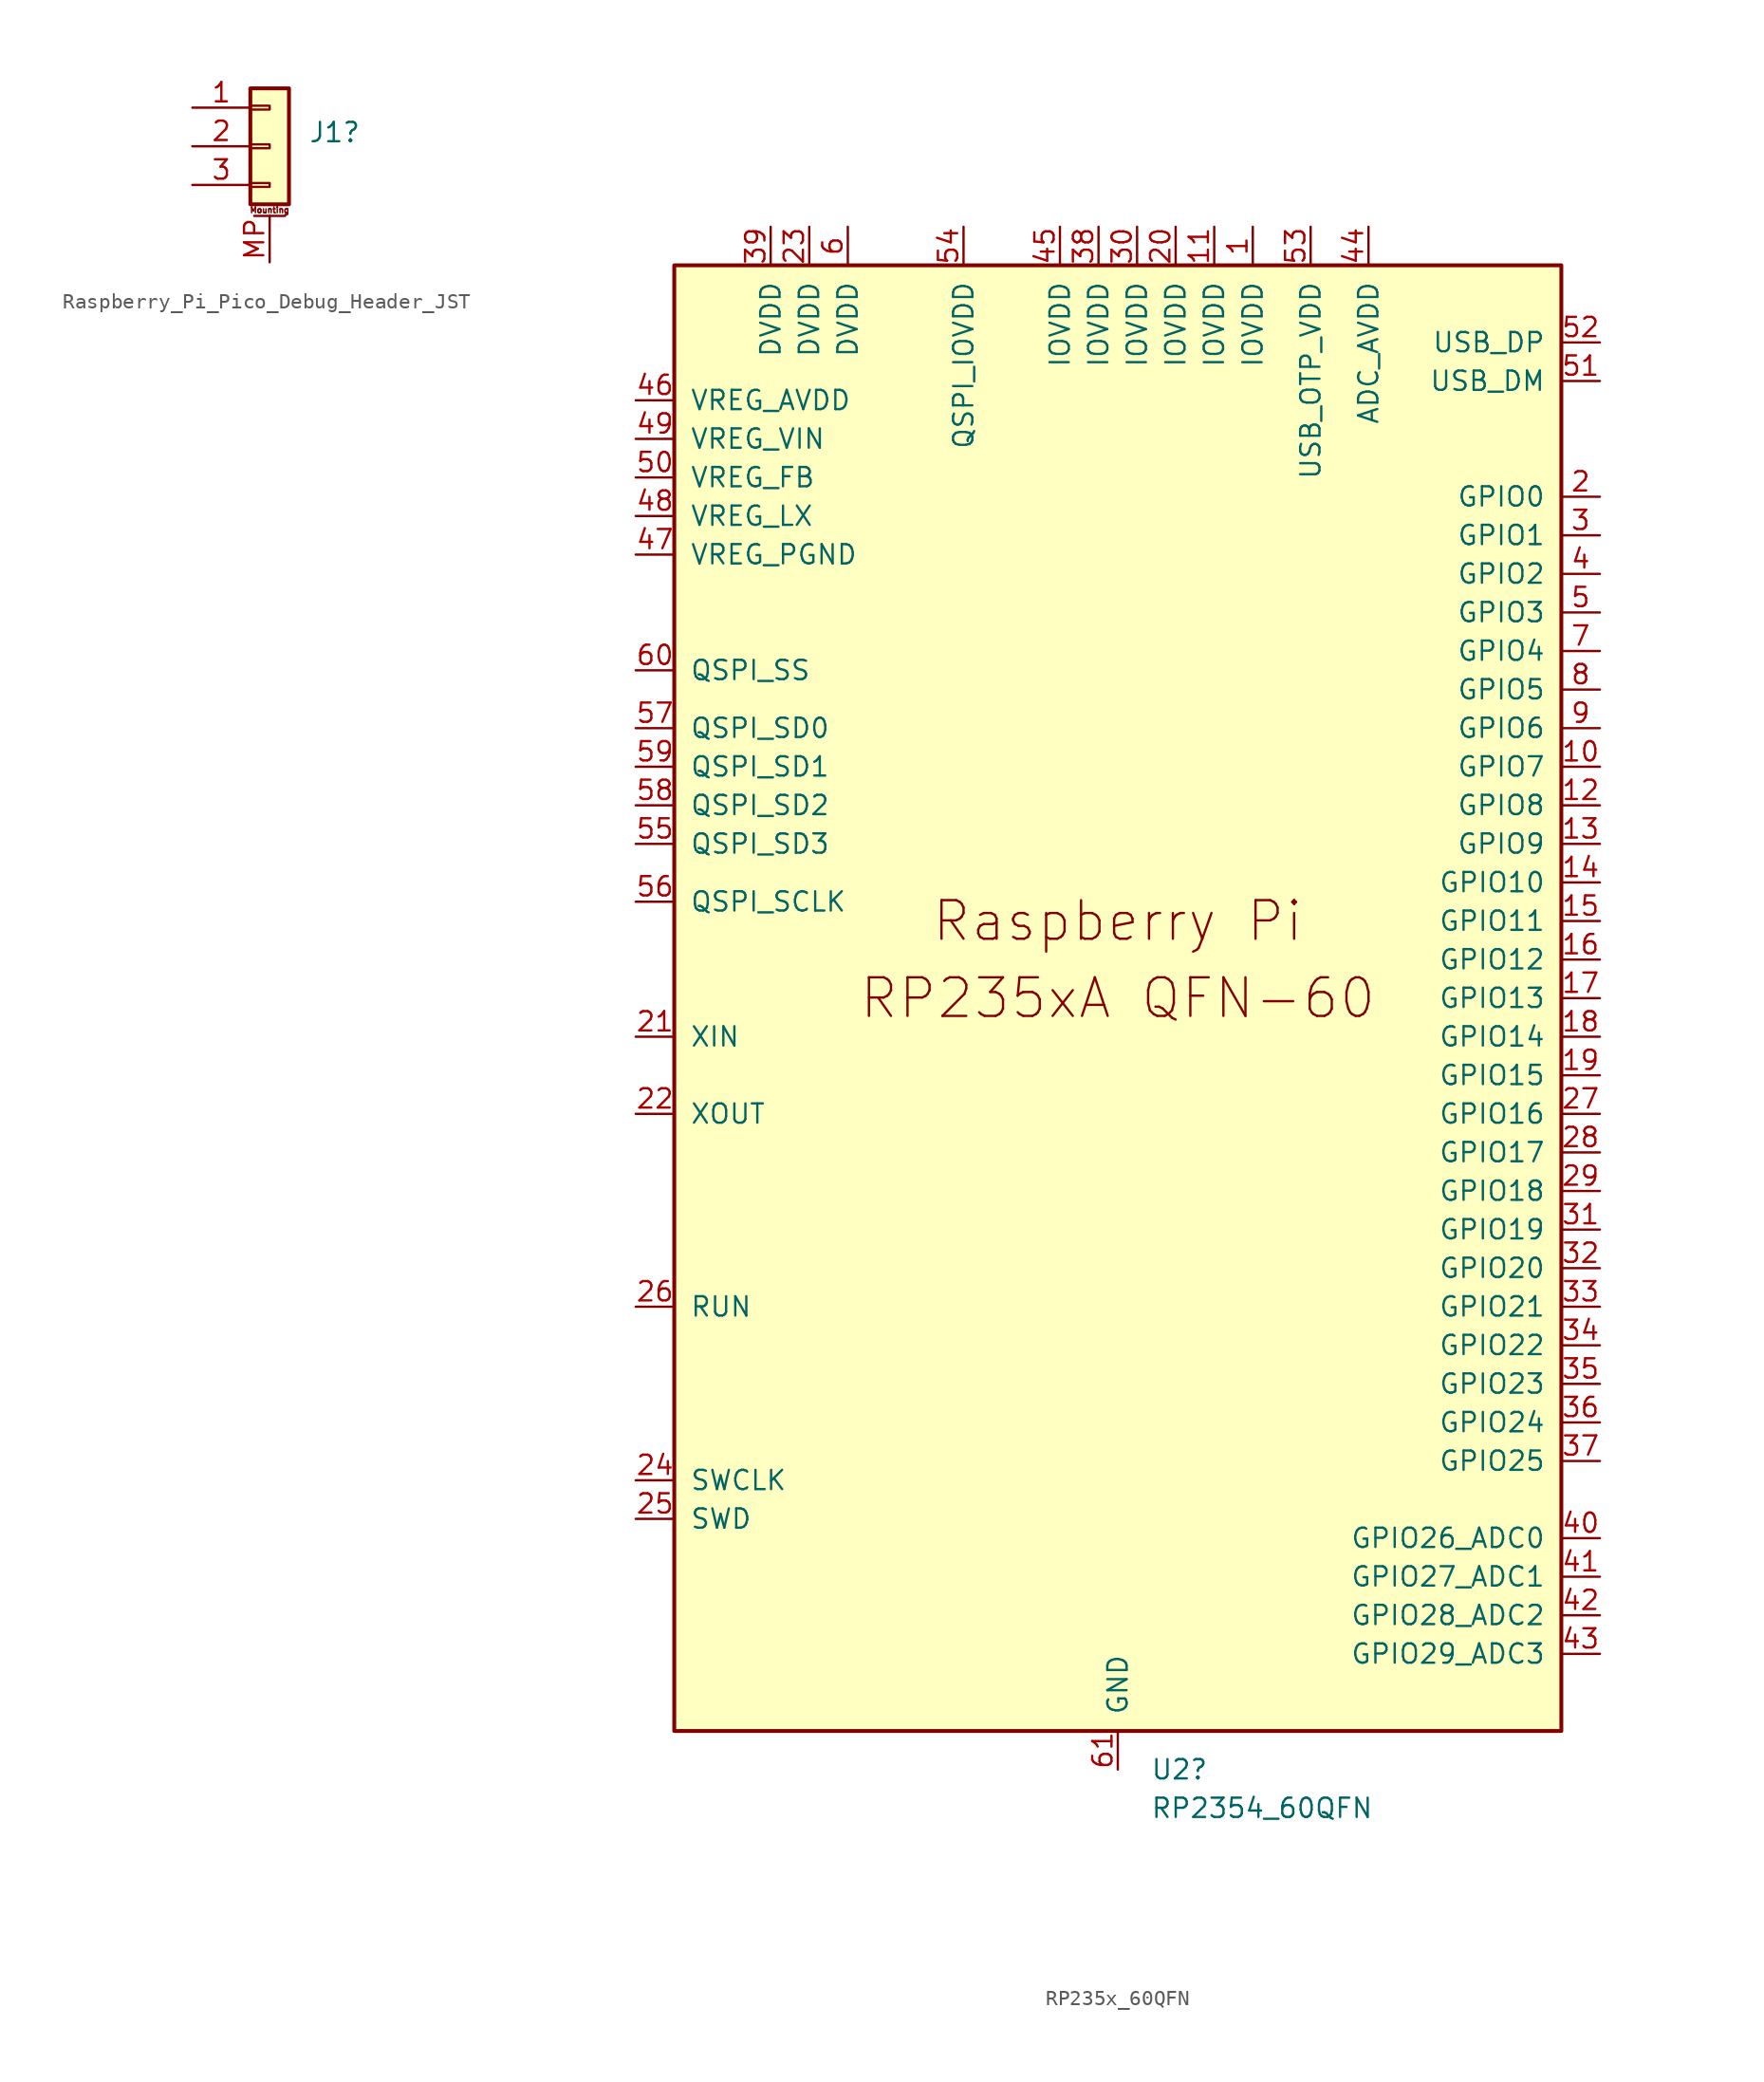
<source format=kicad_sym>
(kicad_symbol_lib
  (version 20241209)
  (generator "kicad_symbol_editor")
  (generator_version "9.0")
  (symbol "Raspberry_Pi_Pico_Debug_Header_JST"
    (pin_names
      (offset 1.016)
      (hide yes))
    (property "Reference" "J1"
      (at 2.54 0.914 0)
      (effects (font (size 1.27 1.27)) (justify left)))
    (symbol "Raspberry_Pi_Pico_Debug_Header_JST_1_1"
      (rectangle (start -1.27 3.81) (end 1.27 -3.81) (stroke (width 0.254) (type default)) (fill (type background)))
      (rectangle (start -1.27 2.667) (end 0 2.413) (stroke (width 0.152) (type default)) (fill (type none)))
      (rectangle (start -1.27 0.127) (end 0 -0.127) (stroke (width 0.152) (type default)) (fill (type none)))
      (rectangle (start -1.27 -2.413) (end 0 -2.667) (stroke (width 0.152) (type default)) (fill (type none)))
      (polyline (pts (xy -1.016 -4.572) (xy 1.016 -4.572)) (stroke (width 0.152) (type default)) (fill (type none)))
      (text "Mounting" (at 0 -4.191 0) (effects (font (size 0.381 0.381))))
      (pin passive line (at -5.08 2.54 0) (length 3.81) (name "Pin_1" (effects (font (size 1.27 1.27)))) (number "1" (effects (font (size 1.27 1.27)))))
      (pin passive line (at -5.08 0 0) (length 3.81) (name "Pin_2" (effects (font (size 1.27 1.27)))) (number "2" (effects (font (size 1.27 1.27)))))
      (pin passive line (at -5.08 -2.54 0) (length 3.81) (name "Pin_3" (effects (font (size 1.27 1.27)))) (number "3" (effects (font (size 1.27 1.27)))))
      (pin passive line (at 0 -7.62 90) (length 3.048) (name "MountPin" (effects (font (size 1.27 1.27)))) (number "MP" (effects (font (size 1.27 1.27)))))))
  (symbol "RP235x_60QFN"
    (pin_names
      (offset 1.016))
    (property "Reference" "U2"
      (at 2.143 -50.8 0)
      (effects (font (size 1.27 1.27)) (justify left)))
    (property "Value" "RP2354_60QFN"
      (at 2.143 -53.34 0)
      (effects (font (size 1.27 1.27)) (justify left)))
    (symbol "RP235x_60QFN_0_0"
      (text "Raspberry Pi" (at 0 5.08 0) (effects (font (size 2.54 2.54)))))
    (symbol "RP235x_60QFN_0_1"
      (rectangle (start 29.21 48.26) (end -29.21 -48.26) (stroke (width 0.254) (type default)) (fill (type background))))
    (symbol "RP235x_60QFN_1_1"
      (text "RP235xA QFN-60" (at 0 0 0) (effects (font (size 2.54 2.54))))
      (pin power_in line (at -31.75 39.37 0) (length 2.54) (name "VREG_AVDD" (effects (font (size 1.27 1.27)))) (number "46" (effects (font (size 1.27 1.27)))))
      (pin power_in line (at -31.75 36.83 0) (length 2.54) (name "VREG_VIN" (effects (font (size 1.27 1.27)))) (number "49" (effects (font (size 1.27 1.27)))))
      (pin input line (at -31.75 34.29 0) (length 2.54) (name "VREG_FB" (effects (font (size 1.27 1.27)))) (number "50" (effects (font (size 1.27 1.27)))))
      (pin power_out line (at -31.75 31.75 0) (length 2.54) (name "VREG_LX" (effects (font (size 1.27 1.27)))) (number "48" (effects (font (size 1.27 1.27)))))
      (pin power_in line (at -31.75 29.21 0) (length 2.54) (name "VREG_PGND" (effects (font (size 1.27 1.27)))) (number "47" (effects (font (size 1.27 1.27)))))
      (pin bidirectional line (at -31.75 21.59 0) (length 2.54) (name "QSPI_SS" (effects (font (size 1.27 1.27)))) (number "60" (effects (font (size 1.27 1.27)))))
      (pin bidirectional line (at -31.75 17.78 0) (length 2.54) (name "QSPI_SD0" (effects (font (size 1.27 1.27)))) (number "57" (effects (font (size 1.27 1.27)))))
      (pin bidirectional line (at -31.75 15.24 0) (length 2.54) (name "QSPI_SD1" (effects (font (size 1.27 1.27)))) (number "59" (effects (font (size 1.27 1.27)))))
      (pin bidirectional line (at -31.75 12.7 0) (length 2.54) (name "QSPI_SD2" (effects (font (size 1.27 1.27)))) (number "58" (effects (font (size 1.27 1.27)))))
      (pin bidirectional line (at -31.75 10.16 0) (length 2.54) (name "QSPI_SD3" (effects (font (size 1.27 1.27)))) (number "55" (effects (font (size 1.27 1.27)))))
      (pin output line (at -31.75 6.35 0) (length 2.54) (name "QSPI_SCLK" (effects (font (size 1.27 1.27)))) (number "56" (effects (font (size 1.27 1.27)))))
      (pin input line (at -31.75 -2.54 0) (length 2.54) (name "XIN" (effects (font (size 1.27 1.27)))) (number "21" (effects (font (size 1.27 1.27)))))
      (pin passive line (at -31.75 -7.62 0) (length 2.54) (name "XOUT" (effects (font (size 1.27 1.27)))) (number "22" (effects (font (size 1.27 1.27)))))
      (pin input line (at -31.75 -20.32 0) (length 2.54) (name "RUN" (effects (font (size 1.27 1.27)))) (number "26" (effects (font (size 1.27 1.27)))))
      (pin output line (at -31.75 -31.75 0) (length 2.54) (name "SWCLK" (effects (font (size 1.27 1.27)))) (number "24" (effects (font (size 1.27 1.27)))))
      (pin bidirectional line (at -31.75 -34.29 0) (length 2.54) (name "SWD" (effects (font (size 1.27 1.27)))) (number "25" (effects (font (size 1.27 1.27)))))
      (pin power_in line (at -22.86 50.8 270) (length 2.54) (name "DVDD" (effects (font (size 1.27 1.27)))) (number "39" (effects (font (size 1.27 1.27)))))
      (pin power_in line (at -20.32 50.8 270) (length 2.54) (name "DVDD" (effects (font (size 1.27 1.27)))) (number "23" (effects (font (size 1.27 1.27)))))
      (pin power_in line (at -17.78 50.8 270) (length 2.54) (name "DVDD" (effects (font (size 1.27 1.27)))) (number "6" (effects (font (size 1.27 1.27)))))
      (pin power_in line (at -10.16 50.8 270) (length 2.54) (name "QSPI_IOVDD" (effects (font (size 1.27 1.27)))) (number "54" (effects (font (size 1.27 1.27)))))
      (pin power_in line (at -3.81 50.8 270) (length 2.54) (name "IOVDD" (effects (font (size 1.27 1.27)))) (number "45" (effects (font (size 1.27 1.27)))))
      (pin power_in line (at -1.27 50.8 270) (length 2.54) (name "IOVDD" (effects (font (size 1.27 1.27)))) (number "38" (effects (font (size 1.27 1.27)))))
      (pin power_in line (at 0 -50.8 90) (length 2.54) (name "GND" (effects (font (size 1.27 1.27)))) (number "61" (effects (font (size 1.27 1.27)))))
      (pin power_in line (at 1.27 50.8 270) (length 2.54) (name "IOVDD" (effects (font (size 1.27 1.27)))) (number "30" (effects (font (size 1.27 1.27)))))
      (pin power_in line (at 3.81 50.8 270) (length 2.54) (name "IOVDD" (effects (font (size 1.27 1.27)))) (number "20" (effects (font (size 1.27 1.27)))))
      (pin power_in line (at 6.35 50.8 270) (length 2.54) (name "IOVDD" (effects (font (size 1.27 1.27)))) (number "11" (effects (font (size 1.27 1.27)))))
      (pin power_in line (at 8.89 50.8 270) (length 2.54) (name "IOVDD" (effects (font (size 1.27 1.27)))) (number "1" (effects (font (size 1.27 1.27)))))
      (pin power_in line (at 12.7 50.8 270) (length 2.54) (name "USB_OTP_VDD" (effects (font (size 1.27 1.27)))) (number "53" (effects (font (size 1.27 1.27)))))
      (pin power_in line (at 16.51 50.8 270) (length 2.54) (name "ADC_AVDD" (effects (font (size 1.27 1.27)))) (number "44" (effects (font (size 1.27 1.27)))))
      (pin bidirectional line (at 31.75 43.18 180) (length 2.54) (name "USB_DP" (effects (font (size 1.27 1.27)))) (number "52" (effects (font (size 1.27 1.27)))))
      (pin bidirectional line (at 31.75 40.64 180) (length 2.54) (name "USB_DM" (effects (font (size 1.27 1.27)))) (number "51" (effects (font (size 1.27 1.27)))))
      (pin bidirectional line (at 31.75 33.02 180) (length 2.54) (name "GPIO0" (effects (font (size 1.27 1.27)))) (number "2" (effects (font (size 1.27 1.27)))))
      (pin bidirectional line (at 31.75 30.48 180) (length 2.54) (name "GPIO1" (effects (font (size 1.27 1.27)))) (number "3" (effects (font (size 1.27 1.27)))))
      (pin bidirectional line (at 31.75 27.94 180) (length 2.54) (name "GPIO2" (effects (font (size 1.27 1.27)))) (number "4" (effects (font (size 1.27 1.27)))))
      (pin bidirectional line (at 31.75 25.4 180) (length 2.54) (name "GPIO3" (effects (font (size 1.27 1.27)))) (number "5" (effects (font (size 1.27 1.27)))))
      (pin bidirectional line (at 31.75 22.86 180) (length 2.54) (name "GPIO4" (effects (font (size 1.27 1.27)))) (number "7" (effects (font (size 1.27 1.27)))))
      (pin bidirectional line (at 31.75 20.32 180) (length 2.54) (name "GPIO5" (effects (font (size 1.27 1.27)))) (number "8" (effects (font (size 1.27 1.27)))))
      (pin bidirectional line (at 31.75 17.78 180) (length 2.54) (name "GPIO6" (effects (font (size 1.27 1.27)))) (number "9" (effects (font (size 1.27 1.27)))))
      (pin bidirectional line (at 31.75 15.24 180) (length 2.54) (name "GPIO7" (effects (font (size 1.27 1.27)))) (number "10" (effects (font (size 1.27 1.27)))))
      (pin bidirectional line (at 31.75 12.7 180) (length 2.54) (name "GPIO8" (effects (font (size 1.27 1.27)))) (number "12" (effects (font (size 1.27 1.27)))))
      (pin bidirectional line (at 31.75 10.16 180) (length 2.54) (name "GPIO9" (effects (font (size 1.27 1.27)))) (number "13" (effects (font (size 1.27 1.27)))))
      (pin bidirectional line (at 31.75 7.62 180) (length 2.54) (name "GPIO10" (effects (font (size 1.27 1.27)))) (number "14" (effects (font (size 1.27 1.27)))))
      (pin bidirectional line (at 31.75 5.08 180) (length 2.54) (name "GPIO11" (effects (font (size 1.27 1.27)))) (number "15" (effects (font (size 1.27 1.27)))))
      (pin bidirectional line (at 31.75 2.54 180) (length 2.54) (name "GPIO12" (effects (font (size 1.27 1.27)))) (number "16" (effects (font (size 1.27 1.27)))))
      (pin bidirectional line (at 31.75 0 180) (length 2.54) (name "GPIO13" (effects (font (size 1.27 1.27)))) (number "17" (effects (font (size 1.27 1.27)))))
      (pin bidirectional line (at 31.75 -2.54 180) (length 2.54) (name "GPIO14" (effects (font (size 1.27 1.27)))) (number "18" (effects (font (size 1.27 1.27)))))
      (pin bidirectional line (at 31.75 -5.08 180) (length 2.54) (name "GPIO15" (effects (font (size 1.27 1.27)))) (number "19" (effects (font (size 1.27 1.27)))))
      (pin bidirectional line (at 31.75 -7.62 180) (length 2.54) (name "GPIO16" (effects (font (size 1.27 1.27)))) (number "27" (effects (font (size 1.27 1.27)))))
      (pin bidirectional line (at 31.75 -10.16 180) (length 2.54) (name "GPIO17" (effects (font (size 1.27 1.27)))) (number "28" (effects (font (size 1.27 1.27)))))
      (pin bidirectional line (at 31.75 -12.7 180) (length 2.54) (name "GPIO18" (effects (font (size 1.27 1.27)))) (number "29" (effects (font (size 1.27 1.27)))))
      (pin bidirectional line (at 31.75 -15.24 180) (length 2.54) (name "GPIO19" (effects (font (size 1.27 1.27)))) (number "31" (effects (font (size 1.27 1.27)))))
      (pin bidirectional line (at 31.75 -17.78 180) (length 2.54) (name "GPIO20" (effects (font (size 1.27 1.27)))) (number "32" (effects (font (size 1.27 1.27)))))
      (pin bidirectional line (at 31.75 -20.32 180) (length 2.54) (name "GPIO21" (effects (font (size 1.27 1.27)))) (number "33" (effects (font (size 1.27 1.27)))))
      (pin bidirectional line (at 31.75 -22.86 180) (length 2.54) (name "GPIO22" (effects (font (size 1.27 1.27)))) (number "34" (effects (font (size 1.27 1.27)))))
      (pin bidirectional line (at 31.75 -25.4 180) (length 2.54) (name "GPIO23" (effects (font (size 1.27 1.27)))) (number "35" (effects (font (size 1.27 1.27)))))
      (pin bidirectional line (at 31.75 -27.94 180) (length 2.54) (name "GPIO24" (effects (font (size 1.27 1.27)))) (number "36" (effects (font (size 1.27 1.27)))))
      (pin bidirectional line (at 31.75 -30.48 180) (length 2.54) (name "GPIO25" (effects (font (size 1.27 1.27)))) (number "37" (effects (font (size 1.27 1.27)))))
      (pin bidirectional line (at 31.75 -35.56 180) (length 2.54) (name "GPIO26_ADC0" (effects (font (size 1.27 1.27)))) (number "40" (effects (font (size 1.27 1.27)))))
      (pin bidirectional line (at 31.75 -38.1 180) (length 2.54) (name "GPIO27_ADC1" (effects (font (size 1.27 1.27)))) (number "41" (effects (font (size 1.27 1.27)))))
      (pin bidirectional line (at 31.75 -40.64 180) (length 2.54) (name "GPIO28_ADC2" (effects (font (size 1.27 1.27)))) (number "42" (effects (font (size 1.27 1.27)))))
      (pin bidirectional line (at 31.75 -43.18 180) (length 2.54) (name "GPIO29_ADC3" (effects (font (size 1.27 1.27)))) (number "43" (effects (font (size 1.27 1.27))))))))
</source>
